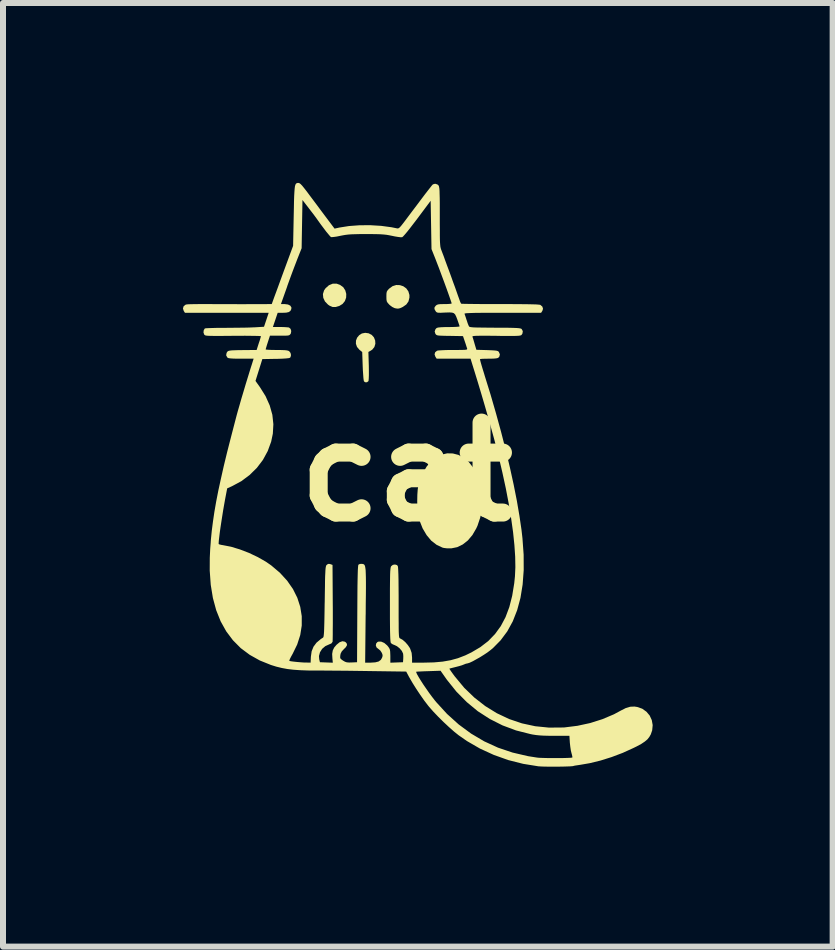
<source format=kicad_pcb>
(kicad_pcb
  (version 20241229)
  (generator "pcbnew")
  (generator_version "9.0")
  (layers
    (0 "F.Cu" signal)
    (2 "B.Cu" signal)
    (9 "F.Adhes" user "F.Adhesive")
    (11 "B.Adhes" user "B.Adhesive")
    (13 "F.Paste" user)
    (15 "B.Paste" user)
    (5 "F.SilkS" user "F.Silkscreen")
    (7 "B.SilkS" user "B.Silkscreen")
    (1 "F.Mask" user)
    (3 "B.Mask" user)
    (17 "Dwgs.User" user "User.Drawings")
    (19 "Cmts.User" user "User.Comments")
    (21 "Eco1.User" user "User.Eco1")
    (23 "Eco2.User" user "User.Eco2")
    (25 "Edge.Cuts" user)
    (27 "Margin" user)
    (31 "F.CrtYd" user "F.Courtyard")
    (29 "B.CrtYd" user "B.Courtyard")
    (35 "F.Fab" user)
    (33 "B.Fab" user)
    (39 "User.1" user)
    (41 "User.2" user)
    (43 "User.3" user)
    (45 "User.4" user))
  (footprint "cat"
    (layer "F.Cu")
    (at 3.727 4.816)
    (property "Reference" "cat" (at 0 0 0) (layer "F.SilkS") (effects (font (size 1.5 1.5) (thickness 0.3))))
    (attr board_only exclude_from_pos_files exclude_from_bom)
    (fp_poly (pts (xy -1.164 -3.137) (xy -1.109 -3.117) (xy -1.055 -3.078) (xy -1.021 -3.025) (xy -1.005 -2.966) (xy -1.007 -2.905) (xy -1.028 -2.847) (xy -1.067 -2.799) (xy -1.121 -2.766) (xy -1.182 -2.748) (xy -1.234 -2.749) (xy -1.283 -2.77) (xy -1.309 -2.788) (xy -1.36 -2.841) (xy -1.388 -2.901) (xy -1.394 -2.964) (xy -1.375 -3.025) (xy -1.35 -3.061) (xy -1.294 -3.111) (xy -1.231 -3.137)) (stroke (width 0) (type solid)) (fill yes) (layer "F.SilkS"))
    (fp_poly (pts (xy -0.111 -3.113) (xy -0.054 -3.094) (xy -0.005 -3.059) (xy 0.03 -3.01) (xy 0.048 -2.949) (xy 0.048 -2.905) (xy 0.032 -2.841) (xy -0.004 -2.79) (xy -0.063 -2.749) (xy -0.066 -2.748) (xy -0.109 -2.728) (xy -0.143 -2.721) (xy -0.178 -2.725) (xy -0.205 -2.732) (xy -0.238 -2.749) (xy -0.276 -2.777) (xy -0.291 -2.791) (xy -0.316 -2.819) (xy -0.33 -2.844) (xy -0.335 -2.876) (xy -0.336 -2.923) (xy -0.335 -2.971) (xy -0.33 -3.002) (xy -0.316 -3.026) (xy -0.291 -3.054) (xy -0.289 -3.055) (xy -0.233 -3.096) (xy -0.172 -3.115)) (stroke (width 0) (type solid)) (fill yes) (layer "F.SilkS"))
    (fp_poly (pts (xy -0.632 -2.31) (xy -0.58 -2.283) (xy -0.543 -2.241) (xy -0.523 -2.189) (xy -0.52 -2.135) (xy -0.536 -2.082) (xy -0.57 -2.039) (xy -0.595 -2.022) (xy -0.636 -1.999) (xy -0.629 -1.767) (xy -0.628 -1.684) (xy -0.628 -1.613) (xy -0.63 -1.558) (xy -0.633 -1.523) (xy -0.635 -1.513) (xy -0.659 -1.494) (xy -0.689 -1.494) (xy -0.709 -1.508) (xy -0.714 -1.526) (xy -0.719 -1.565) (xy -0.723 -1.622) (xy -0.728 -1.692) (xy -0.731 -1.761) (xy -0.739 -1.998) (xy -0.785 -2.035) (xy -0.826 -2.083) (xy -0.844 -2.135) (xy -0.843 -2.188) (xy -0.824 -2.237) (xy -0.79 -2.278) (xy -0.745 -2.307) (xy -0.689 -2.318)) (stroke (width 0) (type solid)) (fill yes) (layer "F.SilkS"))
    (fp_poly (pts (xy 0.771 -0.307) (xy 0.865 -0.283) (xy 0.956 -0.234) (xy 1.034 -0.168) (xy 1.114 -0.067) (xy 1.178 0.051) (xy 1.225 0.182) (xy 1.254 0.322) (xy 1.264 0.467) (xy 1.256 0.614) (xy 1.229 0.759) (xy 1.183 0.897) (xy 1.162 0.943) (xy 1.098 1.053) (xy 1.022 1.143) (xy 0.937 1.21) (xy 0.845 1.255) (xy 0.746 1.275) (xy 0.739 1.275) (xy 0.678 1.275) (xy 0.621 1.268) (xy 0.598 1.262) (xy 0.501 1.216) (xy 0.412 1.147) (xy 0.335 1.055) (xy 0.268 0.942) (xy 0.215 0.808) (xy 0.209 0.791) (xy 0.197 0.749) (xy 0.188 0.709) (xy 0.183 0.666) (xy 0.18 0.612) (xy 0.179 0.543) (xy 0.178 0.488) (xy 0.18 0.382) (xy 0.186 0.296) (xy 0.197 0.222) (xy 0.216 0.154) (xy 0.242 0.085) (xy 0.273 0.018) (xy 0.336 -0.09) (xy 0.411 -0.177) (xy 0.494 -0.243) (xy 0.584 -0.287) (xy 0.677 -0.309)) (stroke (width 0) (type solid)) (fill yes) (layer "F.SilkS"))
    (fp_poly (pts (xy -1.785 -4.812) (xy -1.766 -4.798) (xy -1.74 -4.771) (xy -1.706 -4.729) (xy -1.66 -4.67) (xy -1.614 -4.608) (xy -1.554 -4.528) (xy -1.488 -4.44) (xy -1.423 -4.352) (xy -1.363 -4.272) (xy -1.33 -4.228) (xy -1.2 -4.055) (xy -1.118 -4.073) (xy -0.959 -4.098) (xy -0.784 -4.111) (xy -0.603 -4.112) (xy -0.423 -4.101) (xy -0.252 -4.078) (xy -0.158 -4.059) (xy -0.143 -4.058) (xy -0.128 -4.064) (xy -0.109 -4.08) (xy -0.084 -4.109) (xy -0.048 -4.155) (xy -0.02 -4.192) (xy 0.084 -4.331) (xy 0.174 -4.45) (xy 0.249 -4.55) (xy 0.31 -4.631) (xy 0.359 -4.694) (xy 0.396 -4.741) (xy 0.421 -4.773) (xy 0.436 -4.789) (xy 0.44 -4.793) (xy 0.477 -4.803) (xy 0.515 -4.791) (xy 0.534 -4.774) (xy 0.539 -4.763) (xy 0.543 -4.746) (xy 0.547 -4.721) (xy 0.55 -4.684) (xy 0.551 -4.634) (xy 0.553 -4.567) (xy 0.554 -4.482) (xy 0.554 -4.375) (xy 0.554 -4.253) (xy 0.554 -4.125) (xy 0.555 -4.021) (xy 0.555 -3.938) (xy 0.556 -3.873) (xy 0.558 -3.822) (xy 0.561 -3.783) (xy 0.564 -3.754) (xy 0.569 -3.731) (xy 0.575 -3.711) (xy 0.582 -3.692) (xy 0.582 -3.692) (xy 0.596 -3.655) (xy 0.618 -3.598) (xy 0.644 -3.525) (xy 0.675 -3.441) (xy 0.709 -3.35) (xy 0.743 -3.257) (xy 0.776 -3.164) (xy 0.808 -3.078) (xy 0.835 -3.001) (xy 0.857 -2.938) (xy 0.873 -2.894) (xy 0.878 -2.88) (xy 0.892 -2.84) (xy 0.905 -2.812) (xy 0.912 -2.803) (xy 0.927 -2.802) (xy 0.965 -2.801) (xy 1.025 -2.8) (xy 1.104 -2.799) (xy 1.199 -2.798) (xy 1.307 -2.797) (xy 1.426 -2.797) (xy 1.553 -2.797) (xy 1.564 -2.797) (xy 1.733 -2.797) (xy 1.878 -2.796) (xy 1.999 -2.795) (xy 2.095 -2.793) (xy 2.166 -2.791) (xy 2.211 -2.787) (xy 2.23 -2.784) (xy 2.264 -2.755) (xy 2.275 -2.719) (xy 2.264 -2.684) (xy 2.243 -2.652) (xy 1.601 -2.652) (xy 1.449 -2.652) (xy 1.322 -2.652) (xy 1.217 -2.651) (xy 1.134 -2.65) (xy 1.069 -2.648) (xy 1.022 -2.646) (xy 0.99 -2.644) (xy 0.972 -2.64) (xy 0.966 -2.637) (xy 0.966 -2.636) (xy 0.973 -2.616) (xy 0.986 -2.578) (xy 1.001 -2.531) (xy 1.003 -2.527) (xy 1.018 -2.48) (xy 1.032 -2.444) (xy 1.042 -2.424) (xy 1.042 -2.423) (xy 1.049 -2.419) (xy 1.06 -2.415) (xy 1.079 -2.412) (xy 1.108 -2.409) (xy 1.149 -2.407) (xy 1.206 -2.406) (xy 1.281 -2.405) (xy 1.377 -2.404) (xy 1.496 -2.403) (xy 1.52 -2.403) (xy 1.632 -2.403) (xy 1.72 -2.402) (xy 1.788 -2.4) (xy 1.839 -2.398) (xy 1.874 -2.395) (xy 1.897 -2.391) (xy 1.912 -2.386) (xy 1.919 -2.381) (xy 1.938 -2.346) (xy 1.932 -2.306) (xy 1.921 -2.289) (xy 1.915 -2.281) (xy 1.905 -2.276) (xy 1.891 -2.272) (xy 1.867 -2.269) (xy 1.832 -2.267) (xy 1.783 -2.266) (xy 1.716 -2.266) (xy 1.629 -2.266) (xy 1.519 -2.267) (xy 1.497 -2.268) (xy 1.38 -2.269) (xy 1.288 -2.269) (xy 1.217 -2.269) (xy 1.165 -2.268) (xy 1.13 -2.266) (xy 1.108 -2.263) (xy 1.099 -2.258) (xy 1.098 -2.254) (xy 1.105 -2.234) (xy 1.117 -2.195) (xy 1.131 -2.147) (xy 1.134 -2.136) (xy 1.164 -2.035) (xy 1.342 -2.03) (xy 1.415 -2.027) (xy 1.466 -2.024) (xy 1.5 -2.02) (xy 1.521 -2.014) (xy 1.534 -2.005) (xy 1.539 -1.999) (xy 1.556 -1.959) (xy 1.547 -1.922) (xy 1.536 -1.908) (xy 1.521 -1.898) (xy 1.494 -1.892) (xy 1.451 -1.888) (xy 1.387 -1.887) (xy 1.374 -1.887) (xy 1.315 -1.886) (xy 1.267 -1.885) (xy 1.235 -1.882) (xy 1.225 -1.88) (xy 1.226 -1.866) (xy 1.235 -1.831) (xy 1.25 -1.778) (xy 1.27 -1.711) (xy 1.294 -1.634) (xy 1.302 -1.606) (xy 1.4 -1.29) (xy 1.491 -0.976) (xy 1.576 -0.666) (xy 1.654 -0.362) (xy 1.724 -0.068) (xy 1.786 0.215) (xy 1.839 0.483) (xy 1.882 0.734) (xy 1.916 0.965) (xy 1.932 1.105) (xy 1.952 1.381) (xy 1.953 1.638) (xy 1.935 1.879) (xy 1.899 2.101) (xy 1.844 2.305) (xy 1.771 2.491) (xy 1.679 2.659) (xy 1.568 2.808) (xy 1.44 2.938) (xy 1.396 2.974) (xy 1.347 3.011) (xy 1.288 3.05) (xy 1.224 3.09) (xy 1.16 3.126) (xy 1.102 3.158) (xy 1.053 3.181) (xy 1.019 3.192) (xy 1.012 3.193) (xy 0.986 3.199) (xy 0.954 3.212) (xy 0.923 3.224) (xy 0.876 3.238) (xy 0.822 3.252) (xy 0.818 3.253) (xy 0.77 3.265) (xy 0.734 3.274) (xy 0.715 3.28) (xy 0.714 3.28) (xy 0.72 3.292) (xy 0.739 3.32) (xy 0.768 3.361) (xy 0.804 3.41) (xy 0.807 3.413) (xy 0.961 3.599) (xy 1.13 3.762) (xy 1.312 3.904) (xy 1.505 4.023) (xy 1.71 4.12) (xy 1.923 4.192) (xy 2.145 4.24) (xy 2.374 4.263) (xy 2.608 4.261) (xy 2.632 4.26) (xy 2.848 4.233) (xy 3.061 4.187) (xy 3.266 4.122) (xy 3.457 4.041) (xy 3.576 3.977) (xy 3.657 3.936) (xy 3.729 3.915) (xy 3.799 3.912) (xy 3.845 3.919) (xy 3.929 3.948) (xy 3.999 3.998) (xy 4.053 4.062) (xy 4.088 4.138) (xy 4.103 4.221) (xy 4.095 4.307) (xy 4.072 4.375) (xy 4.047 4.419) (xy 4.015 4.459) (xy 3.971 4.496) (xy 3.913 4.535) (xy 3.835 4.577) (xy 3.78 4.604) (xy 3.604 4.684) (xy 3.419 4.754) (xy 3.234 4.812) (xy 3.054 4.856) (xy 2.903 4.882) (xy 2.851 4.89) (xy 2.81 4.896) (xy 2.786 4.901) (xy 2.783 4.903) (xy 2.765 4.906) (xy 2.725 4.909) (xy 2.668 4.911) (xy 2.6 4.913) (xy 2.524 4.914) (xy 2.445 4.914) (xy 2.369 4.914) (xy 2.299 4.913) (xy 2.242 4.911) (xy 2.2 4.908) (xy 2.197 4.908) (xy 1.944 4.867) (xy 1.695 4.804) (xy 1.454 4.718) (xy 1.223 4.612) (xy 1.007 4.487) (xy 0.869 4.391) (xy 0.794 4.331) (xy 0.708 4.255) (xy 0.618 4.171) (xy 0.529 4.083) (xy 0.447 3.997) (xy 0.378 3.919) (xy 0.357 3.893) (xy 0.295 3.812) (xy 0.229 3.718) (xy 0.163 3.619) (xy 0.102 3.522) (xy 0.052 3.436) (xy 0.04 3.415) (xy -0.004 3.332) (xy 0.161 3.332) (xy 0.163 3.347) (xy 0.178 3.379) (xy 0.205 3.426) (xy 0.24 3.483) (xy 0.282 3.548) (xy 0.329 3.616) (xy 0.377 3.685) (xy 0.425 3.75) (xy 0.471 3.809) (xy 0.493 3.836) (xy 0.675 4.035) (xy 0.869 4.21) (xy 1.075 4.362) (xy 1.293 4.491) (xy 1.524 4.597) (xy 1.767 4.679) (xy 2.025 4.739) (xy 2.171 4.762) (xy 2.207 4.766) (xy 2.261 4.768) (xy 2.327 4.77) (xy 2.402 4.771) (xy 2.48 4.771) (xy 2.557 4.771) (xy 2.628 4.77) (xy 2.688 4.768) (xy 2.734 4.766) (xy 2.76 4.763) (xy 2.764 4.762) (xy 2.764 4.747) (xy 2.757 4.715) (xy 2.75 4.69) (xy 2.739 4.645) (xy 2.73 4.585) (xy 2.723 4.522) (xy 2.722 4.513) (xy 2.715 4.4) (xy 2.462 4.4) (xy 2.363 4.399) (xy 2.284 4.397) (xy 2.218 4.393) (xy 2.159 4.387) (xy 2.1 4.378) (xy 2.062 4.37) (xy 1.825 4.31) (xy 1.6 4.226) (xy 1.388 4.119) (xy 1.188 3.99) (xy 1.003 3.837) (xy 0.831 3.663) (xy 0.673 3.466) (xy 0.642 3.422) (xy 0.567 3.315) (xy 0.366 3.322) (xy 0.296 3.324) (xy 0.236 3.327) (xy 0.191 3.329) (xy 0.165 3.331) (xy 0.161 3.332) (xy -0.004 3.332) (xy -0.005 3.329) (xy -0.579 3.321) (xy -0.716 3.319) (xy -0.859 3.317) (xy -1.003 3.315) (xy -1.143 3.314) (xy -1.272 3.313) (xy -1.387 3.312) (xy -1.481 3.312) (xy -1.492 3.312) (xy -1.644 3.311) (xy -1.774 3.306) (xy -1.887 3.298) (xy -1.988 3.286) (xy -2.08 3.269) (xy -2.17 3.247) (xy -2.26 3.219) (xy -2.446 3.144) (xy -2.614 3.05) (xy -2.764 2.938) (xy -2.894 2.807) (xy -3.006 2.658) (xy -3.099 2.491) (xy -3.173 2.306) (xy -3.228 2.103) (xy -3.264 1.883) (xy -3.281 1.645) (xy -3.28 1.432) (xy -3.273 1.284) (xy -3.265 1.184) (xy -3.132 1.184) (xy -3.132 1.203) (xy -3.132 1.203) (xy -3.117 1.21) (xy -3.084 1.218) (xy -3.064 1.221) (xy -2.925 1.248) (xy -2.777 1.293) (xy -2.626 1.351) (xy -2.479 1.421) (xy -2.344 1.498) (xy -2.256 1.559) (xy -2.112 1.681) (xy -1.991 1.813) (xy -1.894 1.952) (xy -1.821 2.098) (xy -1.772 2.25) (xy -1.747 2.405) (xy -1.747 2.562) (xy -1.772 2.72) (xy -1.823 2.878) (xy -1.899 3.034) (xy -1.901 3.037) (xy -1.927 3.084) (xy -1.946 3.122) (xy -1.954 3.146) (xy -1.954 3.151) (xy -1.927 3.157) (xy -1.882 3.163) (xy -1.825 3.169) (xy -1.766 3.174) (xy -1.71 3.178) (xy -1.687 3.178) (xy -1.599 3.18) (xy -1.595 3.084) (xy -1.582 2.991) (xy -1.551 2.914) (xy -1.501 2.847) (xy -1.428 2.786) (xy -1.394 2.764) (xy -1.389 2.759) (xy -1.384 2.748) (xy -1.381 2.73) (xy -1.378 2.702) (xy -1.375 2.661) (xy -1.373 2.606) (xy -1.371 2.535) (xy -1.369 2.444) (xy -1.367 2.332) (xy -1.365 2.196) (xy -1.364 2.164) (xy -1.362 2.024) (xy -1.36 1.907) (xy -1.359 1.813) (xy -1.357 1.737) (xy -1.354 1.679) (xy -1.352 1.635) (xy -1.349 1.603) (xy -1.345 1.581) (xy -1.341 1.566) (xy -1.336 1.556) (xy -1.331 1.551) (xy -1.308 1.534) (xy -1.28 1.535) (xy -1.27 1.538) (xy -1.234 1.551) (xy -1.23 2.177) (xy -1.229 2.304) (xy -1.229 2.424) (xy -1.229 2.533) (xy -1.23 2.63) (xy -1.23 2.711) (xy -1.231 2.774) (xy -1.232 2.815) (xy -1.233 2.833) (xy -1.253 2.86) (xy -1.288 2.875) (xy -1.354 2.905) (xy -1.407 2.95) (xy -1.443 3.007) (xy -1.46 3.07) (xy -1.456 3.123) (xy -1.444 3.173) (xy -1.336 3.177) (xy -1.229 3.181) (xy -1.236 3.109) (xy -1.24 3.035) (xy -1.23 2.977) (xy -1.206 2.928) (xy -1.167 2.882) (xy -1.116 2.84) (xy -1.069 2.823) (xy -1.028 2.831) (xy -1.01 2.844) (xy -0.993 2.869) (xy -0.995 2.895) (xy -1.016 2.927) (xy -1.043 2.953) (xy -1.08 2.993) (xy -1.099 3.031) (xy -1.104 3.057) (xy -1.107 3.091) (xy -1.101 3.113) (xy -1.079 3.132) (xy -1.059 3.146) (xy -1.026 3.165) (xy -0.996 3.175) (xy -0.957 3.178) (xy -0.915 3.177) (xy -0.825 3.173) (xy -0.821 2.37) (xy -0.82 2.189) (xy -0.819 2.033) (xy -0.818 1.902) (xy -0.816 1.793) (xy -0.814 1.706) (xy -0.812 1.639) (xy -0.809 1.591) (xy -0.806 1.561) (xy -0.803 1.548) (xy -0.803 1.548) (xy -0.779 1.535) (xy -0.747 1.533) (xy -0.732 1.535) (xy -0.719 1.538) (xy -0.708 1.544) (xy -0.699 1.555) (xy -0.692 1.573) (xy -0.687 1.6) (xy -0.682 1.638) (xy -0.68 1.689) (xy -0.678 1.754) (xy -0.677 1.836) (xy -0.677 1.936) (xy -0.678 2.057) (xy -0.68 2.2) (xy -0.681 2.367) (xy -0.682 2.392) (xy -0.69 3.18) (xy -0.595 3.18) (xy -0.52 3.175) (xy -0.466 3.161) (xy -0.429 3.134) (xy -0.409 3.1) (xy -0.399 3.068) (xy -0.403 3.039) (xy -0.414 3.014) (xy -0.437 2.979) (xy -0.465 2.955) (xy -0.468 2.953) (xy -0.499 2.928) (xy -0.512 2.895) (xy -0.507 2.862) (xy -0.485 2.836) (xy -0.466 2.829) (xy -0.421 2.83) (xy -0.371 2.852) (xy -0.324 2.892) (xy -0.308 2.911) (xy -0.289 2.938) (xy -0.278 2.963) (xy -0.273 2.995) (xy -0.271 3.042) (xy -0.27 3.071) (xy -0.27 3.181) (xy -0.165 3.177) (xy -0.059 3.173) (xy -0.055 3.115) (xy -0.054 3.071) (xy -0.057 3.034) (xy -0.059 3.026) (xy -0.079 2.984) (xy -0.116 2.941) (xy -0.16 2.906) (xy -0.195 2.889) (xy -0.232 2.874) (xy -0.258 2.856) (xy -0.261 2.853) (xy -0.265 2.841) (xy -0.268 2.818) (xy -0.271 2.779) (xy -0.273 2.725) (xy -0.275 2.653) (xy -0.276 2.56) (xy -0.277 2.447) (xy -0.277 2.309) (xy -0.277 2.217) (xy -0.277 2.072) (xy -0.277 1.95) (xy -0.276 1.85) (xy -0.275 1.77) (xy -0.274 1.708) (xy -0.272 1.66) (xy -0.269 1.625) (xy -0.266 1.601) (xy -0.262 1.584) (xy -0.257 1.574) (xy -0.257 1.573) (xy -0.228 1.55) (xy -0.193 1.544) (xy -0.161 1.553) (xy -0.146 1.569) (xy -0.142 1.59) (xy -0.139 1.636) (xy -0.136 1.707) (xy -0.134 1.802) (xy -0.133 1.921) (xy -0.132 2.062) (xy -0.132 2.182) (xy -0.132 2.322) (xy -0.132 2.437) (xy -0.131 2.531) (xy -0.131 2.605) (xy -0.13 2.663) (xy -0.128 2.705) (xy -0.126 2.735) (xy -0.123 2.755) (xy -0.119 2.767) (xy -0.114 2.773) (xy -0.108 2.777) (xy -0.104 2.778) (xy -0.065 2.8) (xy -0.021 2.838) (xy 0.021 2.886) (xy 0.055 2.936) (xy 0.061 2.949) (xy 0.085 3.018) (xy 0.092 3.096) (xy 0.092 3.097) (xy 0.092 3.18) (xy 0.289 3.18) (xy 0.455 3.176) (xy 0.601 3.163) (xy 0.733 3.14) (xy 0.857 3.106) (xy 0.979 3.059) (xy 1.082 3.009) (xy 1.231 2.921) (xy 1.362 2.82) (xy 1.475 2.703) (xy 1.571 2.571) (xy 1.65 2.422) (xy 1.713 2.254) (xy 1.761 2.066) (xy 1.795 1.858) (xy 1.807 1.742) (xy 1.814 1.59) (xy 1.811 1.415) (xy 1.798 1.221) (xy 1.776 1.007) (xy 1.744 0.778) (xy 1.704 0.533) (xy 1.655 0.276) (xy 1.597 0.008) (xy 1.532 -0.269) (xy 1.497 -0.408) (xy 1.458 -0.556) (xy 1.412 -0.723) (xy 1.361 -0.906) (xy 1.306 -1.098) (xy 1.248 -1.295) (xy 1.189 -1.492) (xy 1.13 -1.684) (xy 1.113 -1.738) (xy 1.067 -1.887) (xy 0.785 -1.887) (xy 0.502 -1.887) (xy 0.481 -1.919) (xy 0.467 -1.959) (xy 0.477 -1.994) (xy 0.508 -2.019) (xy 0.51 -2.02) (xy 0.533 -2.024) (xy 0.578 -2.027) (xy 0.64 -2.03) (xy 0.713 -2.032) (xy 0.78 -2.032) (xy 0.865 -2.032) (xy 0.926 -2.033) (xy 0.968 -2.034) (xy 0.994 -2.037) (xy 1.007 -2.041) (xy 1.011 -2.048) (xy 1.01 -2.057) (xy 1.009 -2.06) (xy 1 -2.086) (xy 0.987 -2.128) (xy 0.971 -2.175) (xy 0.941 -2.263) (xy 0.721 -2.267) (xy 0.64 -2.268) (xy 0.582 -2.27) (xy 0.541 -2.272) (xy 0.515 -2.276) (xy 0.499 -2.282) (xy 0.489 -2.291) (xy 0.481 -2.301) (xy 0.469 -2.34) (xy 0.482 -2.378) (xy 0.501 -2.398) (xy 0.525 -2.406) (xy 0.574 -2.411) (xy 0.649 -2.414) (xy 0.703 -2.414) (xy 0.768 -2.415) (xy 0.824 -2.417) (xy 0.863 -2.42) (xy 0.883 -2.424) (xy 0.884 -2.425) (xy 0.88 -2.442) (xy 0.868 -2.477) (xy 0.852 -2.523) (xy 0.846 -2.541) (xy 0.827 -2.59) (xy 0.81 -2.624) (xy 0.789 -2.645) (xy 0.759 -2.655) (xy 0.714 -2.658) (xy 0.651 -2.656) (xy 0.625 -2.655) (xy 0.568 -2.652) (xy 0.531 -2.653) (xy 0.509 -2.657) (xy 0.495 -2.666) (xy 0.484 -2.68) (xy 0.465 -2.715) (xy 0.467 -2.744) (xy 0.488 -2.771) (xy 0.505 -2.784) (xy 0.528 -2.792) (xy 0.562 -2.796) (xy 0.616 -2.797) (xy 0.633 -2.797) (xy 0.686 -2.798) (xy 0.726 -2.801) (xy 0.749 -2.805) (xy 0.752 -2.808) (xy 0.748 -2.824) (xy 0.735 -2.862) (xy 0.716 -2.917) (xy 0.692 -2.985) (xy 0.664 -3.063) (xy 0.633 -3.148) (xy 0.601 -3.234) (xy 0.569 -3.32) (xy 0.539 -3.401) (xy 0.511 -3.473) (xy 0.488 -3.533) (xy 0.487 -3.536) (xy 0.416 -3.714) (xy 0.409 -4.117) (xy 0.402 -4.519) (xy 0.178 -4.219) (xy 0.116 -4.138) (xy 0.06 -4.065) (xy 0.011 -4.003) (xy -0.029 -3.956) (xy -0.058 -3.924) (xy -0.073 -3.912) (xy -0.073 -3.912) (xy -0.097 -3.911) (xy -0.14 -3.916) (xy -0.195 -3.925) (xy -0.238 -3.934) (xy -0.288 -3.944) (xy -0.334 -3.952) (xy -0.382 -3.957) (xy -0.438 -3.961) (xy -0.505 -3.963) (xy -0.589 -3.964) (xy -0.673 -3.964) (xy -0.775 -3.964) (xy -0.856 -3.962) (xy -0.921 -3.96) (xy -0.974 -3.956) (xy -1.022 -3.95) (xy -1.068 -3.942) (xy -1.104 -3.935) (xy -1.162 -3.923) (xy -1.212 -3.916) (xy -1.247 -3.913) (xy -1.259 -3.914) (xy -1.274 -3.927) (xy -1.3 -3.958) (xy -1.337 -4.002) (xy -1.379 -4.058) (xy -1.425 -4.119) (xy -1.472 -4.184) (xy -1.505 -4.231) (xy -1.52 -4.251) (xy -1.547 -4.288) (xy -1.584 -4.336) (xy -1.625 -4.389) (xy -1.63 -4.396) (xy -1.735 -4.532) (xy -1.742 -4.13) (xy -1.749 -3.728) (xy -1.82 -3.549) (xy -1.846 -3.481) (xy -1.879 -3.395) (xy -1.915 -3.299) (xy -1.952 -3.198) (xy -1.987 -3.101) (xy -1.992 -3.084) (xy -2.094 -2.797) (xy -2.03 -2.797) (xy -1.976 -2.79) (xy -1.938 -2.771) (xy -1.919 -2.741) (xy -1.921 -2.714) (xy -1.936 -2.683) (xy -1.963 -2.664) (xy -2.007 -2.654) (xy -2.06 -2.652) (xy -2.148 -2.652) (xy -2.188 -2.533) (xy -2.228 -2.415) (xy -2.105 -2.415) (xy -2.048 -2.414) (xy -2 -2.411) (xy -1.967 -2.408) (xy -1.959 -2.406) (xy -1.933 -2.384) (xy -1.922 -2.348) (xy -1.928 -2.31) (xy -1.933 -2.301) (xy -1.943 -2.288) (xy -1.955 -2.279) (xy -1.975 -2.273) (xy -2.008 -2.271) (xy -2.058 -2.27) (xy -2.115 -2.27) (xy -2.277 -2.27) (xy -2.313 -2.16) (xy -2.329 -2.11) (xy -2.341 -2.069) (xy -2.348 -2.045) (xy -2.349 -2.041) (xy -2.336 -2.038) (xy -2.302 -2.035) (xy -2.251 -2.033) (xy -2.188 -2.032) (xy -2.167 -2.032) (xy -2.089 -2.031) (xy -2.032 -2.029) (xy -1.994 -2.025) (xy -1.968 -2.018) (xy -1.956 -2.011) (xy -1.934 -1.983) (xy -1.926 -1.947) (xy -1.934 -1.913) (xy -1.944 -1.902) (xy -1.964 -1.896) (xy -2.008 -1.891) (xy -2.072 -1.887) (xy -2.155 -1.884) (xy -2.183 -1.884) (xy -2.404 -1.88) (xy -2.461 -1.698) (xy -2.518 -1.516) (xy -2.445 -1.414) (xy -2.35 -1.262) (xy -2.281 -1.108) (xy -2.237 -0.952) (xy -2.22 -0.794) (xy -2.229 -0.636) (xy -2.257 -0.503) (xy -2.314 -0.347) (xy -2.394 -0.2) (xy -2.495 -0.067) (xy -2.616 0.052) (xy -2.754 0.155) (xy -2.908 0.238) (xy -2.99 0.275) (xy -3.026 0.464) (xy -3.041 0.548) (xy -3.057 0.64) (xy -3.072 0.735) (xy -3.087 0.831) (xy -3.101 0.923) (xy -3.113 1.008) (xy -3.122 1.083) (xy -3.129 1.142) (xy -3.132 1.184) (xy -3.265 1.184) (xy -3.262 1.136) (xy -3.247 0.984) (xy -3.227 0.828) (xy -3.203 0.665) (xy -3.173 0.493) (xy -3.137 0.309) (xy -3.094 0.112) (xy -3.046 -0.101) (xy -2.99 -0.332) (xy -2.926 -0.582) (xy -2.855 -0.855) (xy -2.832 -0.943) (xy -2.812 -1.016) (xy -2.785 -1.109) (xy -2.754 -1.218) (xy -2.718 -1.338) (xy -2.68 -1.466) (xy -2.64 -1.596) (xy -2.601 -1.723) (xy -2.581 -1.785) (xy -2.549 -1.887) (xy -2.758 -1.887) (xy -2.84 -1.887) (xy -2.899 -1.889) (xy -2.94 -1.892) (xy -2.967 -1.896) (xy -2.983 -1.903) (xy -2.988 -1.908) (xy -3.007 -1.943) (xy -3 -1.982) (xy -2.99 -2) (xy -2.981 -2.009) (xy -2.969 -2.016) (xy -2.949 -2.021) (xy -2.919 -2.025) (xy -2.875 -2.027) (xy -2.814 -2.029) (xy -2.734 -2.03) (xy -2.631 -2.031) (xy -2.619 -2.031) (xy -2.499 -2.032) (xy -2.464 -2.142) (xy -2.447 -2.192) (xy -2.435 -2.233) (xy -2.428 -2.258) (xy -2.428 -2.262) (xy -2.441 -2.264) (xy -2.477 -2.266) (xy -2.533 -2.267) (xy -2.607 -2.268) (xy -2.696 -2.269) (xy -2.795 -2.268) (xy -2.891 -2.268) (xy -3.014 -2.267) (xy -3.113 -2.266) (xy -3.191 -2.266) (xy -3.251 -2.267) (xy -3.295 -2.268) (xy -3.326 -2.27) (xy -3.347 -2.273) (xy -3.36 -2.278) (xy -3.368 -2.283) (xy -3.373 -2.29) (xy -3.385 -2.323) (xy -3.381 -2.36) (xy -3.365 -2.388) (xy -3.36 -2.391) (xy -3.343 -2.394) (xy -3.304 -2.396) (xy -3.245 -2.398) (xy -3.171 -2.4) (xy -3.086 -2.401) (xy -3.008 -2.401) (xy -2.907 -2.402) (xy -2.804 -2.403) (xy -2.707 -2.404) (xy -2.622 -2.406) (xy -2.553 -2.409) (xy -2.524 -2.41) (xy -2.376 -2.419) (xy -2.337 -2.535) (xy -2.298 -2.652) (xy -2.996 -2.652) (xy -3.694 -2.652) (xy -3.714 -2.683) (xy -3.727 -2.723) (xy -3.717 -2.759) (xy -3.687 -2.785) (xy -3.672 -2.79) (xy -3.65 -2.793) (xy -3.604 -2.795) (xy -3.54 -2.796) (xy -3.461 -2.797) (xy -3.371 -2.797) (xy -3.274 -2.797) (xy -3.266 -2.797) (xy -3.146 -2.796) (xy -3.013 -2.796) (xy -2.876 -2.796) (xy -2.744 -2.795) (xy -2.625 -2.796) (xy -2.571 -2.796) (xy -2.247 -2.797) (xy -2.21 -2.9) (xy -2.196 -2.938) (xy -2.174 -2.997) (xy -2.146 -3.073) (xy -2.114 -3.161) (xy -2.079 -3.257) (xy -2.042 -3.358) (xy -2.032 -3.385) (xy -1.891 -3.768) (xy -1.881 -4.269) (xy -1.878 -4.404) (xy -1.876 -4.514) (xy -1.873 -4.603) (xy -1.869 -4.672) (xy -1.865 -4.724) (xy -1.86 -4.762) (xy -1.852 -4.788) (xy -1.843 -4.804) (xy -1.831 -4.812) (xy -1.817 -4.816) (xy -1.8 -4.816) (xy -1.799 -4.816)) (stroke (width 0) (type solid)) (fill yes) (layer "F.SilkS")))
  (gr_rect
    (start -3 -3)
    (end 10.83 12.73)
    (stroke (width 0.1) (type default))
    (fill no)
    (layer "Edge.Cuts")))
</source>
